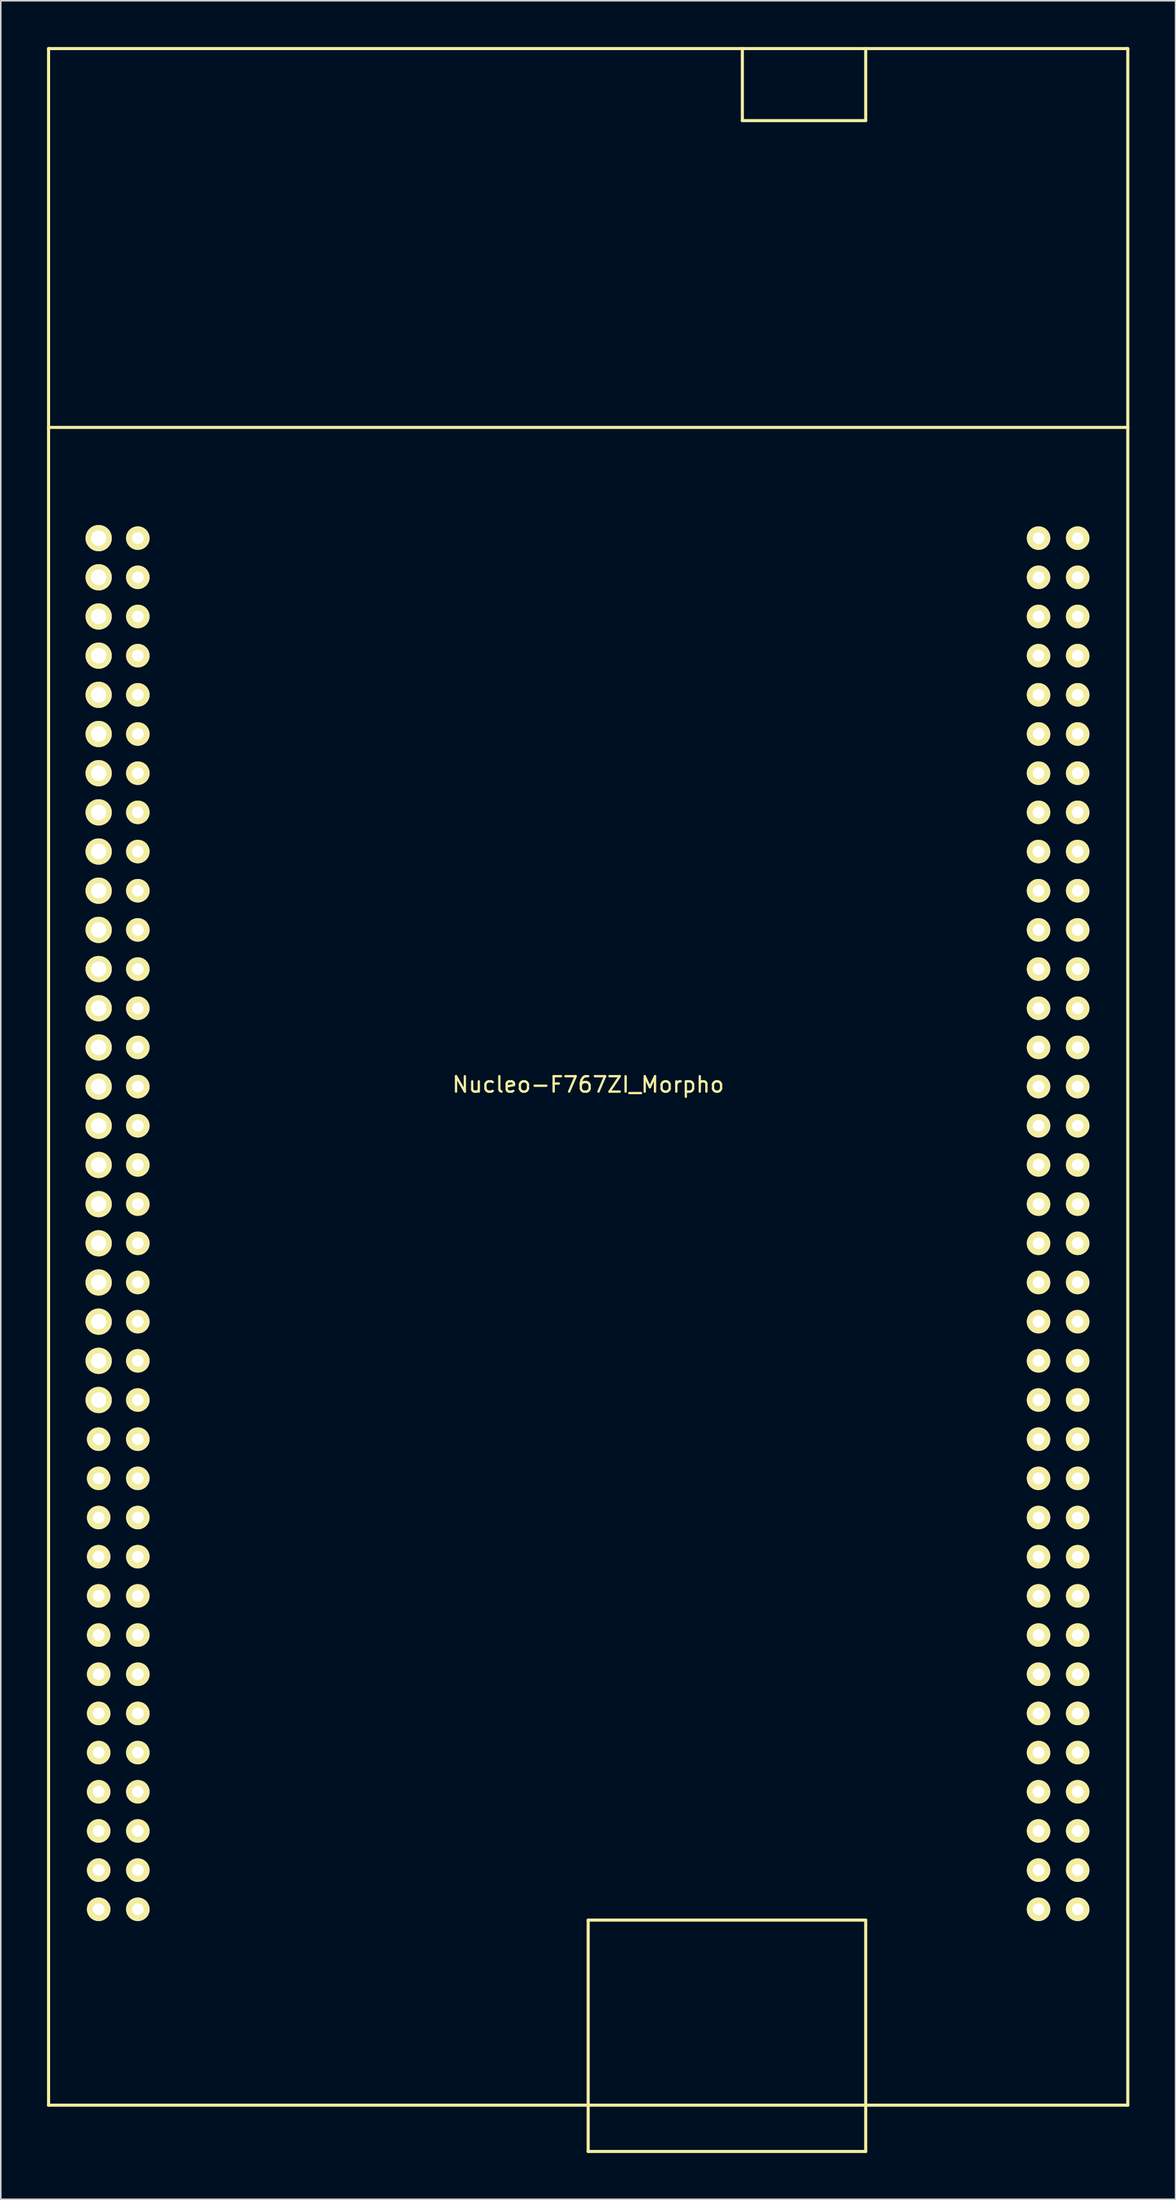
<source format=kicad_pcb>
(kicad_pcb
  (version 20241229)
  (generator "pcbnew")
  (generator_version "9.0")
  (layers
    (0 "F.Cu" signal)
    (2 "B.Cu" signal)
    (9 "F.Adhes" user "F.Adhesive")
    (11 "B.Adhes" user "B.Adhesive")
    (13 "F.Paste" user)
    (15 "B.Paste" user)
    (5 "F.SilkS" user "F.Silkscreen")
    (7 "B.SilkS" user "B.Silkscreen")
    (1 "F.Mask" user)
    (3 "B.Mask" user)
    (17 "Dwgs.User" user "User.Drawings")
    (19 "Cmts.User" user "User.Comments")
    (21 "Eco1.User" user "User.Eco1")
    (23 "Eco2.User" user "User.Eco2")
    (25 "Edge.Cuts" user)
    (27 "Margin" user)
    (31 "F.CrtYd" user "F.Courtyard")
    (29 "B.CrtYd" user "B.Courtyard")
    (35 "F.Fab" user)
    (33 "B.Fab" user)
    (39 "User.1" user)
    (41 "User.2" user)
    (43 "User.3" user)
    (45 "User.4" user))
  (footprint "Nucleo-F767ZI_Morpho"
    (layer "F.Cu")
    (at 35.1 66.77)
    (property "Reference" "Nucleo-F767ZI_Morpho" (at 0 0.5 0) (layer "F.SilkS") (effects (font (size 1 1) (thickness 0.15))))
    (attr through_hole)
    (fp_line (start -35 -66.67) (end -35 66.67) (stroke (width 0.2) (type solid)) (layer "F.SilkS"))
    (fp_line (start -35 -66.67) (end 35 -66.67) (stroke (width 0.2) (type solid)) (layer "F.SilkS"))
    (fp_line (start -35 -42.11) (end 35 -42.11) (stroke (width 0.2) (type solid)) (layer "F.SilkS"))
    (fp_line (start -35 66.67) (end 35 66.67) (stroke (width 0.2) (type solid)) (layer "F.SilkS"))
    (fp_line (start 0 69.67) (end 0 54.67) (stroke (width 0.2) (type solid)) (layer "F.SilkS"))
    (fp_line (start 0 69.67) (end 18 69.67) (stroke (width 0.2) (type solid)) (layer "F.SilkS"))
    (fp_line (start 10 -62) (end 10 -66.67) (stroke (width 0.2) (type solid)) (layer "F.SilkS"))
    (fp_line (start 18 -66.67) (end 18 -62) (stroke (width 0.2) (type solid)) (layer "F.SilkS"))
    (fp_line (start 18 -62) (end 10 -62) (stroke (width 0.2) (type solid)) (layer "F.SilkS"))
    (fp_line (start 18 54.67) (end 0 54.67) (stroke (width 0.2) (type solid)) (layer "F.SilkS"))
    (fp_line (start 18 69.67) (end 18 54.67) (stroke (width 0.2) (type solid)) (layer "F.SilkS"))
    (fp_line (start 35 -66.67) (end 35 66.67) (stroke (width 0.2) (type solid)) (layer "F.SilkS"))
    (pad "1" thru_hole circle (at -31.75 -34.93) (size 1.7 1.7) (drill 1) (layers "*.Cu" "*.Mask" "F.SilkS"))
    (pad "2" thru_hole circle (at -29.21 -34.93) (size 1.524 1.524) (drill 0.762) (layers "*.Cu" "*.Mask" "F.SilkS"))
    (pad "3" thru_hole circle (at -31.75 -32.39) (size 1.7 1.7) (drill 1) (layers "*.Cu" "*.Mask" "F.SilkS"))
    (pad "4" thru_hole circle (at -29.21 -32.39) (size 1.524 1.524) (drill 0.762) (layers "*.Cu" "*.Mask" "F.SilkS"))
    (pad "5" thru_hole circle (at -31.75 -29.85) (size 1.7 1.7) (drill 1) (layers "*.Cu" "*.Mask" "F.SilkS"))
    (pad "6" thru_hole circle (at -29.21 -29.85) (size 1.524 1.524) (drill 0.762) (layers "*.Cu" "*.Mask" "F.SilkS"))
    (pad "7" thru_hole circle (at -31.75 -27.31) (size 1.7 1.7) (drill 1) (layers "*.Cu" "*.Mask" "F.SilkS"))
    (pad "8" thru_hole circle (at -29.21 -27.31) (size 1.524 1.524) (drill 0.762) (layers "*.Cu" "*.Mask" "F.SilkS"))
    (pad "9" thru_hole circle (at -31.75 -24.77) (size 1.7 1.7) (drill 1) (layers "*.Cu" "*.Mask" "F.SilkS"))
    (pad "10" thru_hole circle (at -29.21 -24.77) (size 1.524 1.524) (drill 0.762) (layers "*.Cu" "*.Mask" "F.SilkS"))
    (pad "11" thru_hole circle (at -31.75 -22.23) (size 1.7 1.7) (drill 1) (layers "*.Cu" "*.Mask" "F.SilkS"))
    (pad "12" thru_hole circle (at -29.21 -22.23) (size 1.524 1.524) (drill 0.762) (layers "*.Cu" "*.Mask" "F.SilkS"))
    (pad "13" thru_hole circle (at -31.75 -19.69) (size 1.7 1.7) (drill 1) (layers "*.Cu" "*.Mask" "F.SilkS"))
    (pad "14" thru_hole circle (at -29.21 -19.69) (size 1.524 1.524) (drill 0.762) (layers "*.Cu" "*.Mask" "F.SilkS"))
    (pad "15" thru_hole circle (at -31.75 -17.15) (size 1.7 1.7) (drill 1) (layers "*.Cu" "*.Mask" "F.SilkS"))
    (pad "16" thru_hole circle (at -29.21 -17.15) (size 1.524 1.524) (drill 0.762) (layers "*.Cu" "*.Mask" "F.SilkS"))
    (pad "17" thru_hole circle (at -31.75 -14.61) (size 1.7 1.7) (drill 1) (layers "*.Cu" "*.Mask" "F.SilkS"))
    (pad "18" thru_hole circle (at -29.21 -14.61) (size 1.524 1.524) (drill 0.762) (layers "*.Cu" "*.Mask" "F.SilkS"))
    (pad "19" thru_hole circle (at -31.75 -12.07) (size 1.7 1.7) (drill 1) (layers "*.Cu" "*.Mask" "F.SilkS"))
    (pad "20" thru_hole circle (at -29.21 -12.07) (size 1.524 1.524) (drill 0.762) (layers "*.Cu" "*.Mask" "F.SilkS"))
    (pad "21" thru_hole circle (at -31.75 -9.53) (size 1.7 1.7) (drill 1) (layers "*.Cu" "*.Mask" "F.SilkS"))
    (pad "22" thru_hole circle (at -29.21 -9.53) (size 1.524 1.524) (drill 0.762) (layers "*.Cu" "*.Mask" "F.SilkS"))
    (pad "23" thru_hole circle (at -31.75 -6.99) (size 1.7 1.7) (drill 1) (layers "*.Cu" "*.Mask" "F.SilkS"))
    (pad "24" thru_hole circle (at -29.21 -6.99) (size 1.524 1.524) (drill 0.762) (layers "*.Cu" "*.Mask" "F.SilkS"))
    (pad "25" thru_hole circle (at -31.75 -4.45) (size 1.7 1.7) (drill 1) (layers "*.Cu" "*.Mask" "F.SilkS"))
    (pad "26" thru_hole circle (at -29.21 -4.45) (size 1.524 1.524) (drill 0.762) (layers "*.Cu" "*.Mask" "F.SilkS"))
    (pad "27" thru_hole circle (at -31.75 -1.91) (size 1.7 1.7) (drill 1) (layers "*.Cu" "*.Mask" "F.SilkS"))
    (pad "28" thru_hole circle (at -29.21 -1.91) (size 1.524 1.524) (drill 0.762) (layers "*.Cu" "*.Mask" "F.SilkS"))
    (pad "29" thru_hole circle (at -31.75 0.63) (size 1.7 1.7) (drill 1) (layers "*.Cu" "*.Mask" "F.SilkS"))
    (pad "30" thru_hole circle (at -29.21 0.63) (size 1.524 1.524) (drill 0.762) (layers "*.Cu" "*.Mask" "F.SilkS"))
    (pad "31" thru_hole circle (at -31.75 3.17) (size 1.7 1.7) (drill 1) (layers "*.Cu" "*.Mask" "F.SilkS"))
    (pad "32" thru_hole circle (at -29.21 3.17) (size 1.524 1.524) (drill 0.762) (layers "*.Cu" "*.Mask" "F.SilkS"))
    (pad "33" thru_hole circle (at -31.75 5.71) (size 1.7 1.7) (drill 1) (layers "*.Cu" "*.Mask" "F.SilkS"))
    (pad "34" thru_hole circle (at -29.21 5.71) (size 1.524 1.524) (drill 0.762) (layers "*.Cu" "*.Mask" "F.SilkS"))
    (pad "35" thru_hole circle (at -31.75 8.25) (size 1.7 1.7) (drill 1) (layers "*.Cu" "*.Mask" "F.SilkS"))
    (pad "36" thru_hole circle (at -29.21 8.25) (size 1.524 1.524) (drill 0.762) (layers "*.Cu" "*.Mask" "F.SilkS"))
    (pad "37" thru_hole circle (at -31.75 10.79) (size 1.7 1.7) (drill 1) (layers "*.Cu" "*.Mask" "F.SilkS"))
    (pad "38" thru_hole circle (at -29.21 10.79) (size 1.524 1.524) (drill 0.762) (layers "*.Cu" "*.Mask" "F.SilkS"))
    (pad "39" thru_hole circle (at -31.75 13.33) (size 1.7 1.7) (drill 1) (layers "*.Cu" "*.Mask" "F.SilkS"))
    (pad "40" thru_hole circle (at -29.21 13.33) (size 1.524 1.524) (drill 0.762) (layers "*.Cu" "*.Mask" "F.SilkS"))
    (pad "41" thru_hole circle (at -31.75 15.87) (size 1.7 1.7) (drill 1) (layers "*.Cu" "*.Mask" "F.SilkS"))
    (pad "42" thru_hole circle (at -29.21 15.87) (size 1.524 1.524) (drill 0.762) (layers "*.Cu" "*.Mask" "F.SilkS"))
    (pad "43" thru_hole circle (at -31.75 18.41) (size 1.7 1.7) (drill 1) (layers "*.Cu" "*.Mask" "F.SilkS"))
    (pad "44" thru_hole circle (at -29.21 18.41) (size 1.524 1.524) (drill 0.762) (layers "*.Cu" "*.Mask" "F.SilkS"))
    (pad "45" thru_hole circle (at -31.75 20.95) (size 1.7 1.7) (drill 1) (layers "*.Cu" "*.Mask" "F.SilkS"))
    (pad "46" thru_hole circle (at -29.21 20.95) (size 1.524 1.524) (drill 0.762) (layers "*.Cu" "*.Mask" "F.SilkS"))
    (pad "47" thru_hole circle (at -31.75 23.49) (size 1.524 1.524) (drill 0.762) (layers "*.Cu" "*.Mask" "F.SilkS"))
    (pad "48" thru_hole circle (at -29.21 23.49) (size 1.524 1.524) (drill 0.762) (layers "*.Cu" "*.Mask" "F.SilkS"))
    (pad "49" thru_hole circle (at -31.75 26.03) (size 1.524 1.524) (drill 0.762) (layers "*.Cu" "*.Mask" "F.SilkS"))
    (pad "50" thru_hole circle (at -29.21 26.03) (size 1.524 1.524) (drill 0.762) (layers "*.Cu" "*.Mask" "F.SilkS"))
    (pad "51" thru_hole circle (at -31.75 28.57) (size 1.524 1.524) (drill 0.762) (layers "*.Cu" "*.Mask" "F.SilkS"))
    (pad "52" thru_hole circle (at -29.21 28.57) (size 1.524 1.524) (drill 0.762) (layers "*.Cu" "*.Mask" "F.SilkS"))
    (pad "53" thru_hole circle (at -31.75 31.11) (size 1.524 1.524) (drill 0.762) (layers "*.Cu" "*.Mask" "F.SilkS"))
    (pad "54" thru_hole circle (at -29.21 31.11) (size 1.524 1.524) (drill 0.762) (layers "*.Cu" "*.Mask" "F.SilkS"))
    (pad "55" thru_hole circle (at -31.75 33.65) (size 1.524 1.524) (drill 0.762) (layers "*.Cu" "*.Mask" "F.SilkS"))
    (pad "56" thru_hole circle (at -29.21 33.65) (size 1.524 1.524) (drill 0.762) (layers "*.Cu" "*.Mask" "F.SilkS"))
    (pad "57" thru_hole circle (at -31.75 36.19) (size 1.524 1.524) (drill 0.762) (layers "*.Cu" "*.Mask" "F.SilkS"))
    (pad "58" thru_hole circle (at -29.21 36.19) (size 1.524 1.524) (drill 0.762) (layers "*.Cu" "*.Mask" "F.SilkS"))
    (pad "59" thru_hole circle (at -31.75 38.73) (size 1.524 1.524) (drill 0.762) (layers "*.Cu" "*.Mask" "F.SilkS"))
    (pad "60" thru_hole circle (at -29.21 38.73) (size 1.524 1.524) (drill 0.762) (layers "*.Cu" "*.Mask" "F.SilkS"))
    (pad "61" thru_hole circle (at -31.75 41.27) (size 1.524 1.524) (drill 0.762) (layers "*.Cu" "*.Mask" "F.SilkS"))
    (pad "62" thru_hole circle (at -29.21 41.27) (size 1.524 1.524) (drill 0.762) (layers "*.Cu" "*.Mask" "F.SilkS"))
    (pad "63" thru_hole circle (at -31.75 43.81) (size 1.524 1.524) (drill 0.762) (layers "*.Cu" "*.Mask" "F.SilkS"))
    (pad "64" thru_hole circle (at -29.21 43.81) (size 1.524 1.524) (drill 0.762) (layers "*.Cu" "*.Mask" "F.SilkS"))
    (pad "65" thru_hole circle (at -31.75 46.35) (size 1.524 1.524) (drill 0.762) (layers "*.Cu" "*.Mask" "F.SilkS"))
    (pad "66" thru_hole circle (at -29.21 46.35) (size 1.524 1.524) (drill 0.762) (layers "*.Cu" "*.Mask" "F.SilkS"))
    (pad "67" thru_hole circle (at -31.75 48.89) (size 1.524 1.524) (drill 0.762) (layers "*.Cu" "*.Mask" "F.SilkS"))
    (pad "68" thru_hole circle (at -29.21 48.89) (size 1.524 1.524) (drill 0.762) (layers "*.Cu" "*.Mask" "F.SilkS"))
    (pad "69" thru_hole circle (at -31.75 51.43) (size 1.524 1.524) (drill 0.762) (layers "*.Cu" "*.Mask" "F.SilkS"))
    (pad "70" thru_hole circle (at -29.21 51.43) (size 1.524 1.524) (drill 0.762) (layers "*.Cu" "*.Mask" "F.SilkS"))
    (pad "71" thru_hole circle (at -31.75 53.97) (size 1.524 1.524) (drill 0.762) (layers "*.Cu" "*.Mask" "F.SilkS"))
    (pad "72" thru_hole circle (at -29.21 53.97) (size 1.524 1.524) (drill 0.762) (layers "*.Cu" "*.Mask" "F.SilkS"))
    (pad "73" thru_hole circle (at 29.21 -34.93) (size 1.524 1.524) (drill 0.762) (layers "*.Cu" "*.Mask" "F.SilkS"))
    (pad "74" thru_hole circle (at 31.75 -34.93) (size 1.524 1.524) (drill 0.762) (layers "*.Cu" "*.Mask" "F.SilkS"))
    (pad "75" thru_hole circle (at 29.21 -32.39) (size 1.524 1.524) (drill 0.762) (layers "*.Cu" "*.Mask" "F.SilkS"))
    (pad "76" thru_hole circle (at 31.75 -32.39) (size 1.524 1.524) (drill 0.762) (layers "*.Cu" "*.Mask" "F.SilkS"))
    (pad "77" thru_hole circle (at 29.21 -29.85) (size 1.524 1.524) (drill 0.762) (layers "*.Cu" "*.Mask" "F.SilkS"))
    (pad "78" thru_hole circle (at 31.75 -29.85) (size 1.524 1.524) (drill 0.762) (layers "*.Cu" "*.Mask" "F.SilkS"))
    (pad "79" thru_hole circle (at 29.21 -27.31) (size 1.524 1.524) (drill 0.762) (layers "*.Cu" "*.Mask" "F.SilkS"))
    (pad "80" thru_hole circle (at 31.75 -27.31) (size 1.524 1.524) (drill 0.762) (layers "*.Cu" "*.Mask" "F.SilkS"))
    (pad "81" thru_hole circle (at 29.21 -24.77) (size 1.524 1.524) (drill 0.762) (layers "*.Cu" "*.Mask" "F.SilkS"))
    (pad "82" thru_hole circle (at 31.75 -24.77) (size 1.524 1.524) (drill 0.762) (layers "*.Cu" "*.Mask" "F.SilkS"))
    (pad "83" thru_hole circle (at 29.21 -22.23) (size 1.524 1.524) (drill 0.762) (layers "*.Cu" "*.Mask" "F.SilkS"))
    (pad "84" thru_hole circle (at 31.75 -22.23) (size 1.524 1.524) (drill 0.762) (layers "*.Cu" "*.Mask" "F.SilkS"))
    (pad "85" thru_hole circle (at 29.21 -19.69) (size 1.524 1.524) (drill 0.762) (layers "*.Cu" "*.Mask" "F.SilkS"))
    (pad "86" thru_hole circle (at 31.75 -19.69) (size 1.524 1.524) (drill 0.762) (layers "*.Cu" "*.Mask" "F.SilkS"))
    (pad "87" thru_hole circle (at 29.21 -17.15) (size 1.524 1.524) (drill 0.762) (layers "*.Cu" "*.Mask" "F.SilkS"))
    (pad "88" thru_hole circle (at 31.75 -17.15) (size 1.524 1.524) (drill 0.762) (layers "*.Cu" "*.Mask" "F.SilkS"))
    (pad "89" thru_hole circle (at 29.21 -14.61) (size 1.524 1.524) (drill 0.762) (layers "*.Cu" "*.Mask" "F.SilkS"))
    (pad "90" thru_hole circle (at 31.75 -14.61) (size 1.524 1.524) (drill 0.762) (layers "*.Cu" "*.Mask" "F.SilkS"))
    (pad "91" thru_hole circle (at 29.21 -12.07) (size 1.524 1.524) (drill 0.762) (layers "*.Cu" "*.Mask" "F.SilkS"))
    (pad "92" thru_hole circle (at 31.75 -12.07) (size 1.524 1.524) (drill 0.762) (layers "*.Cu" "*.Mask" "F.SilkS"))
    (pad "93" thru_hole circle (at 29.21 -9.53) (size 1.524 1.524) (drill 0.762) (layers "*.Cu" "*.Mask" "F.SilkS"))
    (pad "94" thru_hole circle (at 31.75 -9.53) (size 1.524 1.524) (drill 0.762) (layers "*.Cu" "*.Mask" "F.SilkS"))
    (pad "95" thru_hole circle (at 29.21 -6.99) (size 1.524 1.524) (drill 0.762) (layers "*.Cu" "*.Mask" "F.SilkS"))
    (pad "96" thru_hole circle (at 31.75 -6.99) (size 1.524 1.524) (drill 0.762) (layers "*.Cu" "*.Mask" "F.SilkS"))
    (pad "97" thru_hole circle (at 29.21 -4.45) (size 1.524 1.524) (drill 0.762) (layers "*.Cu" "*.Mask" "F.SilkS"))
    (pad "98" thru_hole circle (at 31.75 -4.45) (size 1.524 1.524) (drill 0.762) (layers "*.Cu" "*.Mask" "F.SilkS"))
    (pad "99" thru_hole circle (at 29.21 -1.91) (size 1.524 1.524) (drill 0.762) (layers "*.Cu" "*.Mask" "F.SilkS"))
    (pad "100" thru_hole circle (at 31.75 -1.91) (size 1.524 1.524) (drill 0.762) (layers "*.Cu" "*.Mask" "F.SilkS"))
    (pad "101" thru_hole circle (at 29.21 0.63) (size 1.524 1.524) (drill 0.762) (layers "*.Cu" "*.Mask" "F.SilkS"))
    (pad "102" thru_hole circle (at 31.75 0.63) (size 1.524 1.524) (drill 0.762) (layers "*.Cu" "*.Mask" "F.SilkS"))
    (pad "103" thru_hole circle (at 29.21 3.17) (size 1.524 1.524) (drill 0.762) (layers "*.Cu" "*.Mask" "F.SilkS"))
    (pad "104" thru_hole circle (at 31.75 3.17) (size 1.524 1.524) (drill 0.762) (layers "*.Cu" "*.Mask" "F.SilkS"))
    (pad "105" thru_hole circle (at 29.21 5.71) (size 1.524 1.524) (drill 0.762) (layers "*.Cu" "*.Mask" "F.SilkS"))
    (pad "106" thru_hole circle (at 31.75 5.71) (size 1.524 1.524) (drill 0.762) (layers "*.Cu" "*.Mask" "F.SilkS"))
    (pad "107" thru_hole circle (at 29.21 8.25) (size 1.524 1.524) (drill 0.762) (layers "*.Cu" "*.Mask" "F.SilkS"))
    (pad "108" thru_hole circle (at 31.75 8.25) (size 1.524 1.524) (drill 0.762) (layers "*.Cu" "*.Mask" "F.SilkS"))
    (pad "109" thru_hole circle (at 29.21 10.79) (size 1.524 1.524) (drill 0.762) (layers "*.Cu" "*.Mask" "F.SilkS"))
    (pad "110" thru_hole circle (at 31.75 10.79) (size 1.524 1.524) (drill 0.762) (layers "*.Cu" "*.Mask" "F.SilkS"))
    (pad "111" thru_hole circle (at 29.21 13.33) (size 1.524 1.524) (drill 0.762) (layers "*.Cu" "*.Mask" "F.SilkS"))
    (pad "112" thru_hole circle (at 31.75 13.33) (size 1.524 1.524) (drill 0.762) (layers "*.Cu" "*.Mask" "F.SilkS"))
    (pad "113" thru_hole circle (at 29.21 15.87) (size 1.524 1.524) (drill 0.762) (layers "*.Cu" "*.Mask" "F.SilkS"))
    (pad "114" thru_hole circle (at 31.75 15.87) (size 1.524 1.524) (drill 0.762) (layers "*.Cu" "*.Mask" "F.SilkS"))
    (pad "115" thru_hole circle (at 29.21 18.41) (size 1.524 1.524) (drill 0.762) (layers "*.Cu" "*.Mask" "F.SilkS"))
    (pad "116" thru_hole circle (at 31.75 18.41) (size 1.524 1.524) (drill 0.762) (layers "*.Cu" "*.Mask" "F.SilkS"))
    (pad "117" thru_hole circle (at 29.21 20.95) (size 1.524 1.524) (drill 0.762) (layers "*.Cu" "*.Mask" "F.SilkS"))
    (pad "118" thru_hole circle (at 31.75 20.95) (size 1.524 1.524) (drill 0.762) (layers "*.Cu" "*.Mask" "F.SilkS"))
    (pad "119" thru_hole circle (at 29.21 23.49) (size 1.524 1.524) (drill 0.762) (layers "*.Cu" "*.Mask" "F.SilkS"))
    (pad "120" thru_hole circle (at 31.75 23.49) (size 1.524 1.524) (drill 0.762) (layers "*.Cu" "*.Mask" "F.SilkS"))
    (pad "121" thru_hole circle (at 29.21 26.03) (size 1.524 1.524) (drill 0.762) (layers "*.Cu" "*.Mask" "F.SilkS"))
    (pad "122" thru_hole circle (at 31.75 26.03) (size 1.524 1.524) (drill 0.762) (layers "*.Cu" "*.Mask" "F.SilkS"))
    (pad "123" thru_hole circle (at 29.21 28.57) (size 1.524 1.524) (drill 0.762) (layers "*.Cu" "*.Mask" "F.SilkS"))
    (pad "124" thru_hole circle (at 31.75 28.57) (size 1.524 1.524) (drill 0.762) (layers "*.Cu" "*.Mask" "F.SilkS"))
    (pad "125" thru_hole circle (at 29.21 31.11) (size 1.524 1.524) (drill 0.762) (layers "*.Cu" "*.Mask" "F.SilkS"))
    (pad "126" thru_hole circle (at 31.75 31.11) (size 1.524 1.524) (drill 0.762) (layers "*.Cu" "*.Mask" "F.SilkS"))
    (pad "127" thru_hole circle (at 29.21 33.65) (size 1.524 1.524) (drill 0.762) (layers "*.Cu" "*.Mask" "F.SilkS"))
    (pad "128" thru_hole circle (at 31.75 33.65) (size 1.524 1.524) (drill 0.762) (layers "*.Cu" "*.Mask" "F.SilkS"))
    (pad "129" thru_hole circle (at 29.21 36.19) (size 1.524 1.524) (drill 0.762) (layers "*.Cu" "*.Mask" "F.SilkS"))
    (pad "130" thru_hole circle (at 31.75 36.19) (size 1.524 1.524) (drill 0.762) (layers "*.Cu" "*.Mask" "F.SilkS"))
    (pad "131" thru_hole circle (at 29.21 38.73) (size 1.524 1.524) (drill 0.762) (layers "*.Cu" "*.Mask" "F.SilkS"))
    (pad "132" thru_hole circle (at 31.75 38.73) (size 1.524 1.524) (drill 0.762) (layers "*.Cu" "*.Mask" "F.SilkS"))
    (pad "133" thru_hole circle (at 29.21 41.27) (size 1.524 1.524) (drill 0.762) (layers "*.Cu" "*.Mask" "F.SilkS"))
    (pad "134" thru_hole circle (at 31.75 41.27) (size 1.524 1.524) (drill 0.762) (layers "*.Cu" "*.Mask" "F.SilkS"))
    (pad "135" thru_hole circle (at 29.21 43.81) (size 1.524 1.524) (drill 0.762) (layers "*.Cu" "*.Mask" "F.SilkS"))
    (pad "136" thru_hole circle (at 31.75 43.81) (size 1.524 1.524) (drill 0.762) (layers "*.Cu" "*.Mask" "F.SilkS"))
    (pad "137" thru_hole circle (at 29.21 46.35) (size 1.524 1.524) (drill 0.762) (layers "*.Cu" "*.Mask" "F.SilkS"))
    (pad "138" thru_hole circle (at 31.75 46.35) (size 1.524 1.524) (drill 0.762) (layers "*.Cu" "*.Mask" "F.SilkS"))
    (pad "139" thru_hole circle (at 29.21 48.89) (size 1.524 1.524) (drill 0.762) (layers "*.Cu" "*.Mask" "F.SilkS"))
    (pad "140" thru_hole circle (at 31.75 48.89) (size 1.524 1.524) (drill 0.762) (layers "*.Cu" "*.Mask" "F.SilkS"))
    (pad "141" thru_hole circle (at 29.21 51.43) (size 1.524 1.524) (drill 0.762) (layers "*.Cu" "*.Mask" "F.SilkS"))
    (pad "142" thru_hole circle (at 31.75 51.43) (size 1.524 1.524) (drill 0.762) (layers "*.Cu" "*.Mask" "F.SilkS"))
    (pad "143" thru_hole circle (at 29.21 53.97) (size 1.524 1.524) (drill 0.762) (layers "*.Cu" "*.Mask" "F.SilkS"))
    (pad "144" thru_hole circle (at 31.75 53.97) (size 1.524 1.524) (drill 0.762) (layers "*.Cu" "*.Mask" "F.SilkS")))
  (gr_rect
    (start -3 -3)
    (end 73.2 139.54)
    (stroke (width 0.1) (type default))
    (fill no)
    (layer "Edge.Cuts")))
</source>
